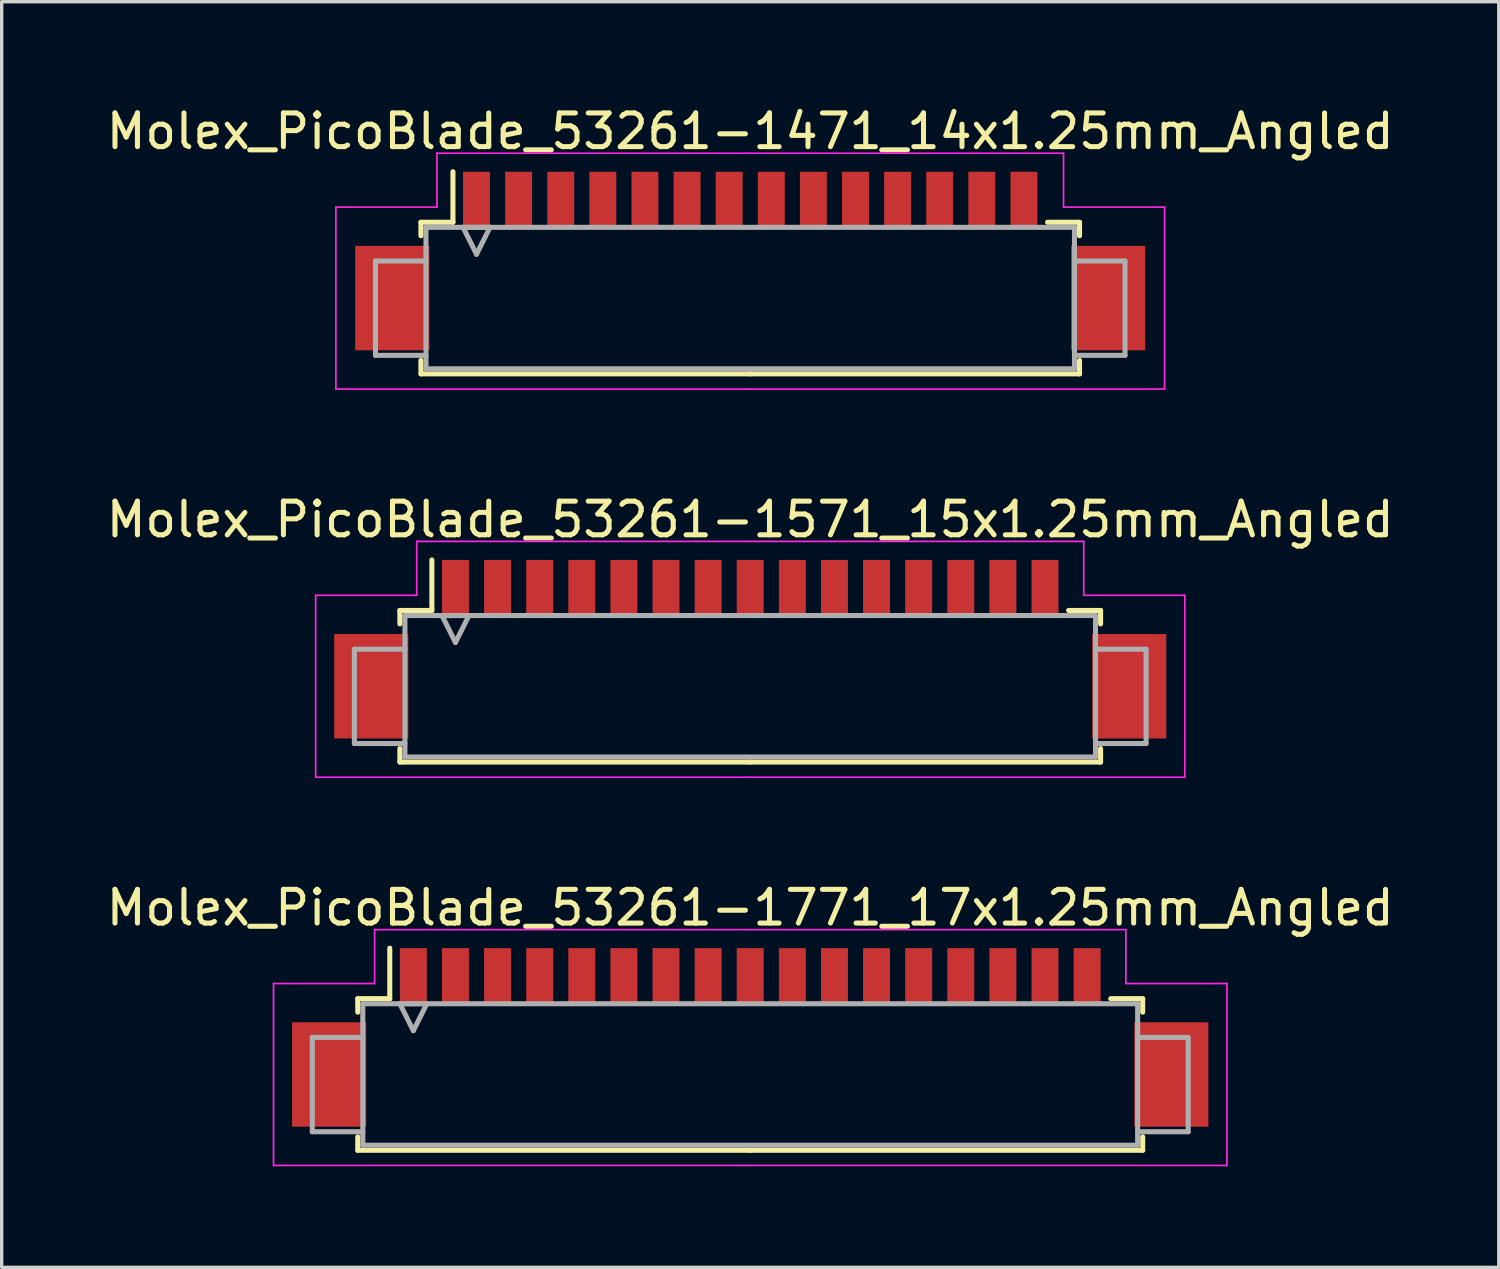
<source format=kicad_pcb>
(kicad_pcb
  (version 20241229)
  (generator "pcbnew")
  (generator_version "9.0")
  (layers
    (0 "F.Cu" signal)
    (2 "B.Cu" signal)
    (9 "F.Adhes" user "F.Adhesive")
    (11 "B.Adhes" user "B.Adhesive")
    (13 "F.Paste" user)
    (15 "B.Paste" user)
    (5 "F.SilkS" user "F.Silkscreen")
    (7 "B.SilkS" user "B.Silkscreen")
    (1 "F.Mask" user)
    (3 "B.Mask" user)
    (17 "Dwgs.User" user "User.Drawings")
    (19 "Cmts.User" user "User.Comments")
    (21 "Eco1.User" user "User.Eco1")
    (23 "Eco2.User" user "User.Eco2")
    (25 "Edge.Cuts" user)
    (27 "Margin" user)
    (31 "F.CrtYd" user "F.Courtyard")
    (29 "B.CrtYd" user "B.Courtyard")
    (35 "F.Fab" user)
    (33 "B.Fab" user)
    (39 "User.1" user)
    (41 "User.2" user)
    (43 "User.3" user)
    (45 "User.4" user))
  (footprint "Molex_PicoBlade_53261-1471_14x1.25mm_Angled"
    (layer "F.Cu")
    (at 19.22 4.348)
    (property "Reference" "Molex_PicoBlade_53261-1471_14x1.25mm_Angled" (at 0 -3.5 0) (layer "F.SilkS") (effects (font (size 1 1) (thickness 0.15))))
    (attr smd)
    (fp_line (start -9.775 -0.8) (end -9.775 -0.4) (stroke (width 0.15) (type solid)) (layer "F.SilkS"))
    (fp_line (start -9.775 3.3) (end -9.775 3.7) (stroke (width 0.15) (type solid)) (layer "F.SilkS"))
    (fp_line (start -9.775 3.7) (end 0 3.7) (stroke (width 0.15) (type solid)) (layer "F.SilkS"))
    (fp_line (start -8.825 -0.8) (end -9.775 -0.8) (stroke (width 0.15) (type solid)) (layer "F.SilkS"))
    (fp_line (start -8.825 -0.8) (end -8.825 -2.3) (stroke (width 0.15) (type solid)) (layer "F.SilkS"))
    (fp_line (start 8.825 -0.8) (end 9.775 -0.8) (stroke (width 0.15) (type solid)) (layer "F.SilkS"))
    (fp_line (start 9.775 -0.8) (end 9.775 -0.4) (stroke (width 0.15) (type solid)) (layer "F.SilkS"))
    (fp_line (start 9.775 3.3) (end 9.775 3.7) (stroke (width 0.15) (type solid)) (layer "F.SilkS"))
    (fp_line (start 9.775 3.7) (end 0 3.7) (stroke (width 0.15) (type solid)) (layer "F.SilkS"))
    (fp_line (start -12.3 -1.25) (end -12.3 4.15) (stroke (width 0.05) (type solid)) (layer "F.CrtYd"))
    (fp_line (start -12.3 4.15) (end 0 4.15) (stroke (width 0.05) (type solid)) (layer "F.CrtYd"))
    (fp_line (start -9.3 -2.85) (end -9.3 -1.25) (stroke (width 0.05) (type solid)) (layer "F.CrtYd"))
    (fp_line (start -9.3 -1.25) (end -12.3 -1.25) (stroke (width 0.05) (type solid)) (layer "F.CrtYd"))
    (fp_line (start 0 -2.85) (end -9.3 -2.85) (stroke (width 0.05) (type solid)) (layer "F.CrtYd"))
    (fp_line (start 0 -2.85) (end 9.3 -2.85) (stroke (width 0.05) (type solid)) (layer "F.CrtYd"))
    (fp_line (start 9.3 -2.85) (end 9.3 -1.25) (stroke (width 0.05) (type solid)) (layer "F.CrtYd"))
    (fp_line (start 9.3 -1.25) (end 12.3 -1.25) (stroke (width 0.05) (type solid)) (layer "F.CrtYd"))
    (fp_line (start 12.3 -1.25) (end 12.3 4.15) (stroke (width 0.05) (type solid)) (layer "F.CrtYd"))
    (fp_line (start 12.3 4.15) (end 0 4.15) (stroke (width 0.05) (type solid)) (layer "F.CrtYd"))
    (fp_line (start -11.125 0.35) (end -11.125 3.15) (stroke (width 0.15) (type solid)) (layer "F.Fab"))
    (fp_line (start -11.125 3.15) (end -9.625 3.15) (stroke (width 0.15) (type solid)) (layer "F.Fab"))
    (fp_line (start -9.625 -0.65) (end 9.625 -0.65) (stroke (width 0.15) (type solid)) (layer "F.Fab"))
    (fp_line (start -9.625 0.35) (end -11.125 0.35) (stroke (width 0.15) (type solid)) (layer "F.Fab"))
    (fp_line (start -9.625 3.55) (end -9.625 -0.65) (stroke (width 0.15) (type solid)) (layer "F.Fab"))
    (fp_line (start -8.525 -0.65) (end -8.125 0.15) (stroke (width 0.15) (type solid)) (layer "F.Fab"))
    (fp_line (start -8.125 0.15) (end -7.725 -0.65) (stroke (width 0.15) (type solid)) (layer "F.Fab"))
    (fp_line (start -7.725 -0.65) (end -8.525 -0.65) (stroke (width 0.15) (type solid)) (layer "F.Fab"))
    (fp_line (start 9.625 -0.65) (end 9.625 3.55) (stroke (width 0.15) (type solid)) (layer "F.Fab"))
    (fp_line (start 9.625 0.35) (end 11.125 0.35) (stroke (width 0.15) (type solid)) (layer "F.Fab"))
    (fp_line (start 9.625 3.55) (end -9.625 3.55) (stroke (width 0.15) (type solid)) (layer "F.Fab"))
    (fp_line (start 11.125 0.35) (end 11.125 3.15) (stroke (width 0.15) (type solid)) (layer "F.Fab"))
    (fp_line (start 11.125 3.15) (end 9.625 3.15) (stroke (width 0.15) (type solid)) (layer "F.Fab"))
    (pad "" smd rect (at -10.625 1.45) (size 2.2 3.1) (layers "F.Cu" "F.Mask" "F.Paste"))
    (pad "" smd rect (at 10.625 1.45) (size 2.2 3.1) (layers "F.Cu" "F.Mask" "F.Paste"))
    (pad "1" smd rect (at -8.125 -1.45) (size 0.8 1.7) (layers "F.Cu" "F.Mask" "F.Paste"))
    (pad "2" smd rect (at -6.875 -1.45) (size 0.8 1.7) (layers "F.Cu" "F.Mask" "F.Paste"))
    (pad "3" smd rect (at -5.625 -1.45) (size 0.8 1.7) (layers "F.Cu" "F.Mask" "F.Paste"))
    (pad "4" smd rect (at -4.375 -1.45) (size 0.8 1.7) (layers "F.Cu" "F.Mask" "F.Paste"))
    (pad "5" smd rect (at -3.125 -1.45) (size 0.8 1.7) (layers "F.Cu" "F.Mask" "F.Paste"))
    (pad "6" smd rect (at -1.875 -1.45) (size 0.8 1.7) (layers "F.Cu" "F.Mask" "F.Paste"))
    (pad "7" smd rect (at -0.625 -1.45) (size 0.8 1.7) (layers "F.Cu" "F.Mask" "F.Paste"))
    (pad "8" smd rect (at 0.625 -1.45) (size 0.8 1.7) (layers "F.Cu" "F.Mask" "F.Paste"))
    (pad "9" smd rect (at 1.875 -1.45) (size 0.8 1.7) (layers "F.Cu" "F.Mask" "F.Paste"))
    (pad "10" smd rect (at 3.125 -1.45) (size 0.8 1.7) (layers "F.Cu" "F.Mask" "F.Paste"))
    (pad "11" smd rect (at 4.375 -1.45) (size 0.8 1.7) (layers "F.Cu" "F.Mask" "F.Paste"))
    (pad "12" smd rect (at 5.625 -1.45) (size 0.8 1.7) (layers "F.Cu" "F.Mask" "F.Paste"))
    (pad "13" smd rect (at 6.875 -1.45) (size 0.8 1.7) (layers "F.Cu" "F.Mask" "F.Paste"))
    (pad "14" smd rect (at 8.125 -1.45) (size 0.8 1.7) (layers "F.Cu" "F.Mask" "F.Paste")))
  (footprint "Molex_PicoBlade_53261-1571_15x1.25mm_Angled"
    (layer "F.Cu")
    (at 19.22 15.871)
    (property "Reference" "Molex_PicoBlade_53261-1571_15x1.25mm_Angled" (at 0 -3.5 0) (layer "F.SilkS") (effects (font (size 1 1) (thickness 0.15))))
    (attr smd)
    (fp_line (start -10.4 -0.8) (end -10.4 -0.4) (stroke (width 0.15) (type solid)) (layer "F.SilkS"))
    (fp_line (start -10.4 3.3) (end -10.4 3.7) (stroke (width 0.15) (type solid)) (layer "F.SilkS"))
    (fp_line (start -10.4 3.7) (end 0 3.7) (stroke (width 0.15) (type solid)) (layer "F.SilkS"))
    (fp_line (start -9.45 -0.8) (end -10.4 -0.8) (stroke (width 0.15) (type solid)) (layer "F.SilkS"))
    (fp_line (start -9.45 -0.8) (end -9.45 -2.3) (stroke (width 0.15) (type solid)) (layer "F.SilkS"))
    (fp_line (start 9.45 -0.8) (end 10.4 -0.8) (stroke (width 0.15) (type solid)) (layer "F.SilkS"))
    (fp_line (start 10.4 -0.8) (end 10.4 -0.4) (stroke (width 0.15) (type solid)) (layer "F.SilkS"))
    (fp_line (start 10.4 3.3) (end 10.4 3.7) (stroke (width 0.15) (type solid)) (layer "F.SilkS"))
    (fp_line (start 10.4 3.7) (end 0 3.7) (stroke (width 0.15) (type solid)) (layer "F.SilkS"))
    (fp_line (start -12.9 -1.25) (end -12.9 4.15) (stroke (width 0.05) (type solid)) (layer "F.CrtYd"))
    (fp_line (start -12.9 4.15) (end 0 4.15) (stroke (width 0.05) (type solid)) (layer "F.CrtYd"))
    (fp_line (start -9.9 -2.85) (end -9.9 -1.25) (stroke (width 0.05) (type solid)) (layer "F.CrtYd"))
    (fp_line (start -9.9 -1.25) (end -12.9 -1.25) (stroke (width 0.05) (type solid)) (layer "F.CrtYd"))
    (fp_line (start 0 -2.85) (end -9.9 -2.85) (stroke (width 0.05) (type solid)) (layer "F.CrtYd"))
    (fp_line (start 0 -2.85) (end 9.9 -2.85) (stroke (width 0.05) (type solid)) (layer "F.CrtYd"))
    (fp_line (start 9.9 -2.85) (end 9.9 -1.25) (stroke (width 0.05) (type solid)) (layer "F.CrtYd"))
    (fp_line (start 9.9 -1.25) (end 12.9 -1.25) (stroke (width 0.05) (type solid)) (layer "F.CrtYd"))
    (fp_line (start 12.9 -1.25) (end 12.9 4.15) (stroke (width 0.05) (type solid)) (layer "F.CrtYd"))
    (fp_line (start 12.9 4.15) (end 0 4.15) (stroke (width 0.05) (type solid)) (layer "F.CrtYd"))
    (fp_line (start -11.75 0.35) (end -11.75 3.15) (stroke (width 0.15) (type solid)) (layer "F.Fab"))
    (fp_line (start -11.75 3.15) (end -10.25 3.15) (stroke (width 0.15) (type solid)) (layer "F.Fab"))
    (fp_line (start -10.25 -0.65) (end 10.25 -0.65) (stroke (width 0.15) (type solid)) (layer "F.Fab"))
    (fp_line (start -10.25 0.35) (end -11.75 0.35) (stroke (width 0.15) (type solid)) (layer "F.Fab"))
    (fp_line (start -10.25 3.55) (end -10.25 -0.65) (stroke (width 0.15) (type solid)) (layer "F.Fab"))
    (fp_line (start -9.15 -0.65) (end -8.75 0.15) (stroke (width 0.15) (type solid)) (layer "F.Fab"))
    (fp_line (start -8.75 0.15) (end -8.35 -0.65) (stroke (width 0.15) (type solid)) (layer "F.Fab"))
    (fp_line (start -8.35 -0.65) (end -9.15 -0.65) (stroke (width 0.15) (type solid)) (layer "F.Fab"))
    (fp_line (start 10.25 -0.65) (end 10.25 3.55) (stroke (width 0.15) (type solid)) (layer "F.Fab"))
    (fp_line (start 10.25 0.35) (end 11.75 0.35) (stroke (width 0.15) (type solid)) (layer "F.Fab"))
    (fp_line (start 10.25 3.55) (end -10.25 3.55) (stroke (width 0.15) (type solid)) (layer "F.Fab"))
    (fp_line (start 11.75 0.35) (end 11.75 3.15) (stroke (width 0.15) (type solid)) (layer "F.Fab"))
    (fp_line (start 11.75 3.15) (end 10.25 3.15) (stroke (width 0.15) (type solid)) (layer "F.Fab"))
    (pad "" smd rect (at -11.25 1.45) (size 2.2 3.1) (layers "F.Cu" "F.Mask" "F.Paste"))
    (pad "" smd rect (at 11.25 1.45) (size 2.2 3.1) (layers "F.Cu" "F.Mask" "F.Paste"))
    (pad "1" smd rect (at -8.75 -1.45) (size 0.8 1.7) (layers "F.Cu" "F.Mask" "F.Paste"))
    (pad "2" smd rect (at -7.5 -1.45) (size 0.8 1.7) (layers "F.Cu" "F.Mask" "F.Paste"))
    (pad "3" smd rect (at -6.25 -1.45) (size 0.8 1.7) (layers "F.Cu" "F.Mask" "F.Paste"))
    (pad "4" smd rect (at -5 -1.45) (size 0.8 1.7) (layers "F.Cu" "F.Mask" "F.Paste"))
    (pad "5" smd rect (at -3.75 -1.45) (size 0.8 1.7) (layers "F.Cu" "F.Mask" "F.Paste"))
    (pad "6" smd rect (at -2.5 -1.45) (size 0.8 1.7) (layers "F.Cu" "F.Mask" "F.Paste"))
    (pad "7" smd rect (at -1.25 -1.45) (size 0.8 1.7) (layers "F.Cu" "F.Mask" "F.Paste"))
    (pad "8" smd rect (at 0 -1.45) (size 0.8 1.7) (layers "F.Cu" "F.Mask" "F.Paste"))
    (pad "9" smd rect (at 1.25 -1.45) (size 0.8 1.7) (layers "F.Cu" "F.Mask" "F.Paste"))
    (pad "10" smd rect (at 2.5 -1.45) (size 0.8 1.7) (layers "F.Cu" "F.Mask" "F.Paste"))
    (pad "11" smd rect (at 3.75 -1.45) (size 0.8 1.7) (layers "F.Cu" "F.Mask" "F.Paste"))
    (pad "12" smd rect (at 5 -1.45) (size 0.8 1.7) (layers "F.Cu" "F.Mask" "F.Paste"))
    (pad "13" smd rect (at 6.25 -1.45) (size 0.8 1.7) (layers "F.Cu" "F.Mask" "F.Paste"))
    (pad "14" smd rect (at 7.5 -1.45) (size 0.8 1.7) (layers "F.Cu" "F.Mask" "F.Paste"))
    (pad "15" smd rect (at 8.75 -1.45) (size 0.8 1.7) (layers "F.Cu" "F.Mask" "F.Paste")))
  (footprint "Molex_PicoBlade_53261-1771_17x1.25mm_Angled"
    (layer "F.Cu")
    (at 19.22 27.395)
    (property "Reference" "Molex_PicoBlade_53261-1771_17x1.25mm_Angled" (at 0 -3.5 0) (layer "F.SilkS") (effects (font (size 1 1) (thickness 0.15))))
    (attr smd)
    (fp_line (start -11.65 -0.8) (end -11.65 -0.4) (stroke (width 0.15) (type solid)) (layer "F.SilkS"))
    (fp_line (start -11.65 3.3) (end -11.65 3.7) (stroke (width 0.15) (type solid)) (layer "F.SilkS"))
    (fp_line (start -11.65 3.7) (end 0 3.7) (stroke (width 0.15) (type solid)) (layer "F.SilkS"))
    (fp_line (start -10.7 -0.8) (end -11.65 -0.8) (stroke (width 0.15) (type solid)) (layer "F.SilkS"))
    (fp_line (start -10.7 -0.8) (end -10.7 -2.3) (stroke (width 0.15) (type solid)) (layer "F.SilkS"))
    (fp_line (start 10.7 -0.8) (end 11.65 -0.8) (stroke (width 0.15) (type solid)) (layer "F.SilkS"))
    (fp_line (start 11.65 -0.8) (end 11.65 -0.4) (stroke (width 0.15) (type solid)) (layer "F.SilkS"))
    (fp_line (start 11.65 3.3) (end 11.65 3.7) (stroke (width 0.15) (type solid)) (layer "F.SilkS"))
    (fp_line (start 11.65 3.7) (end 0 3.7) (stroke (width 0.15) (type solid)) (layer "F.SilkS"))
    (fp_line (start -14.15 -1.25) (end -14.15 4.15) (stroke (width 0.05) (type solid)) (layer "F.CrtYd"))
    (fp_line (start -14.15 4.15) (end 0 4.15) (stroke (width 0.05) (type solid)) (layer "F.CrtYd"))
    (fp_line (start -11.15 -2.85) (end -11.15 -1.25) (stroke (width 0.05) (type solid)) (layer "F.CrtYd"))
    (fp_line (start -11.15 -1.25) (end -14.15 -1.25) (stroke (width 0.05) (type solid)) (layer "F.CrtYd"))
    (fp_line (start 0 -2.85) (end -11.15 -2.85) (stroke (width 0.05) (type solid)) (layer "F.CrtYd"))
    (fp_line (start 0 -2.85) (end 11.15 -2.85) (stroke (width 0.05) (type solid)) (layer "F.CrtYd"))
    (fp_line (start 11.15 -2.85) (end 11.15 -1.25) (stroke (width 0.05) (type solid)) (layer "F.CrtYd"))
    (fp_line (start 11.15 -1.25) (end 14.15 -1.25) (stroke (width 0.05) (type solid)) (layer "F.CrtYd"))
    (fp_line (start 14.15 -1.25) (end 14.15 4.15) (stroke (width 0.05) (type solid)) (layer "F.CrtYd"))
    (fp_line (start 14.15 4.15) (end 0 4.15) (stroke (width 0.05) (type solid)) (layer "F.CrtYd"))
    (fp_line (start -13 0.35) (end -13 3.15) (stroke (width 0.15) (type solid)) (layer "F.Fab"))
    (fp_line (start -13 3.15) (end -11.5 3.15) (stroke (width 0.15) (type solid)) (layer "F.Fab"))
    (fp_line (start -11.5 -0.65) (end 11.5 -0.65) (stroke (width 0.15) (type solid)) (layer "F.Fab"))
    (fp_line (start -11.5 0.35) (end -13 0.35) (stroke (width 0.15) (type solid)) (layer "F.Fab"))
    (fp_line (start -11.5 3.55) (end -11.5 -0.65) (stroke (width 0.15) (type solid)) (layer "F.Fab"))
    (fp_line (start -10.4 -0.65) (end -10 0.15) (stroke (width 0.15) (type solid)) (layer "F.Fab"))
    (fp_line (start -10 0.15) (end -9.6 -0.65) (stroke (width 0.15) (type solid)) (layer "F.Fab"))
    (fp_line (start -9.6 -0.65) (end -10.4 -0.65) (stroke (width 0.15) (type solid)) (layer "F.Fab"))
    (fp_line (start 11.5 -0.65) (end 11.5 3.55) (stroke (width 0.15) (type solid)) (layer "F.Fab"))
    (fp_line (start 11.5 0.35) (end 13 0.35) (stroke (width 0.15) (type solid)) (layer "F.Fab"))
    (fp_line (start 11.5 3.55) (end -11.5 3.55) (stroke (width 0.15) (type solid)) (layer "F.Fab"))
    (fp_line (start 13 0.35) (end 13 3.15) (stroke (width 0.15) (type solid)) (layer "F.Fab"))
    (fp_line (start 13 3.15) (end 11.5 3.15) (stroke (width 0.15) (type solid)) (layer "F.Fab"))
    (pad "" smd rect (at -12.5 1.45) (size 2.2 3.1) (layers "F.Cu" "F.Mask" "F.Paste"))
    (pad "" smd rect (at 12.5 1.45) (size 2.2 3.1) (layers "F.Cu" "F.Mask" "F.Paste"))
    (pad "1" smd rect (at -10 -1.45) (size 0.8 1.7) (layers "F.Cu" "F.Mask" "F.Paste"))
    (pad "2" smd rect (at -8.75 -1.45) (size 0.8 1.7) (layers "F.Cu" "F.Mask" "F.Paste"))
    (pad "3" smd rect (at -7.5 -1.45) (size 0.8 1.7) (layers "F.Cu" "F.Mask" "F.Paste"))
    (pad "4" smd rect (at -6.25 -1.45) (size 0.8 1.7) (layers "F.Cu" "F.Mask" "F.Paste"))
    (pad "5" smd rect (at -5 -1.45) (size 0.8 1.7) (layers "F.Cu" "F.Mask" "F.Paste"))
    (pad "6" smd rect (at -3.75 -1.45) (size 0.8 1.7) (layers "F.Cu" "F.Mask" "F.Paste"))
    (pad "7" smd rect (at -2.5 -1.45) (size 0.8 1.7) (layers "F.Cu" "F.Mask" "F.Paste"))
    (pad "8" smd rect (at -1.25 -1.45) (size 0.8 1.7) (layers "F.Cu" "F.Mask" "F.Paste"))
    (pad "9" smd rect (at 0 -1.45) (size 0.8 1.7) (layers "F.Cu" "F.Mask" "F.Paste"))
    (pad "10" smd rect (at 1.25 -1.45) (size 0.8 1.7) (layers "F.Cu" "F.Mask" "F.Paste"))
    (pad "11" smd rect (at 2.5 -1.45) (size 0.8 1.7) (layers "F.Cu" "F.Mask" "F.Paste"))
    (pad "12" smd rect (at 3.75 -1.45) (size 0.8 1.7) (layers "F.Cu" "F.Mask" "F.Paste"))
    (pad "13" smd rect (at 5 -1.45) (size 0.8 1.7) (layers "F.Cu" "F.Mask" "F.Paste"))
    (pad "14" smd rect (at 6.25 -1.45) (size 0.8 1.7) (layers "F.Cu" "F.Mask" "F.Paste"))
    (pad "15" smd rect (at 7.5 -1.45) (size 0.8 1.7) (layers "F.Cu" "F.Mask" "F.Paste"))
    (pad "16" smd rect (at 8.75 -1.45) (size 0.8 1.7) (layers "F.Cu" "F.Mask" "F.Paste"))
    (pad "17" smd rect (at 10 -1.45) (size 0.8 1.7) (layers "F.Cu" "F.Mask" "F.Paste")))
  (gr_rect
    (start -3 -3)
    (end 41.44 34.57)
    (stroke (width 0.1) (type default))
    (fill no)
    (layer "Edge.Cuts")))
</source>
